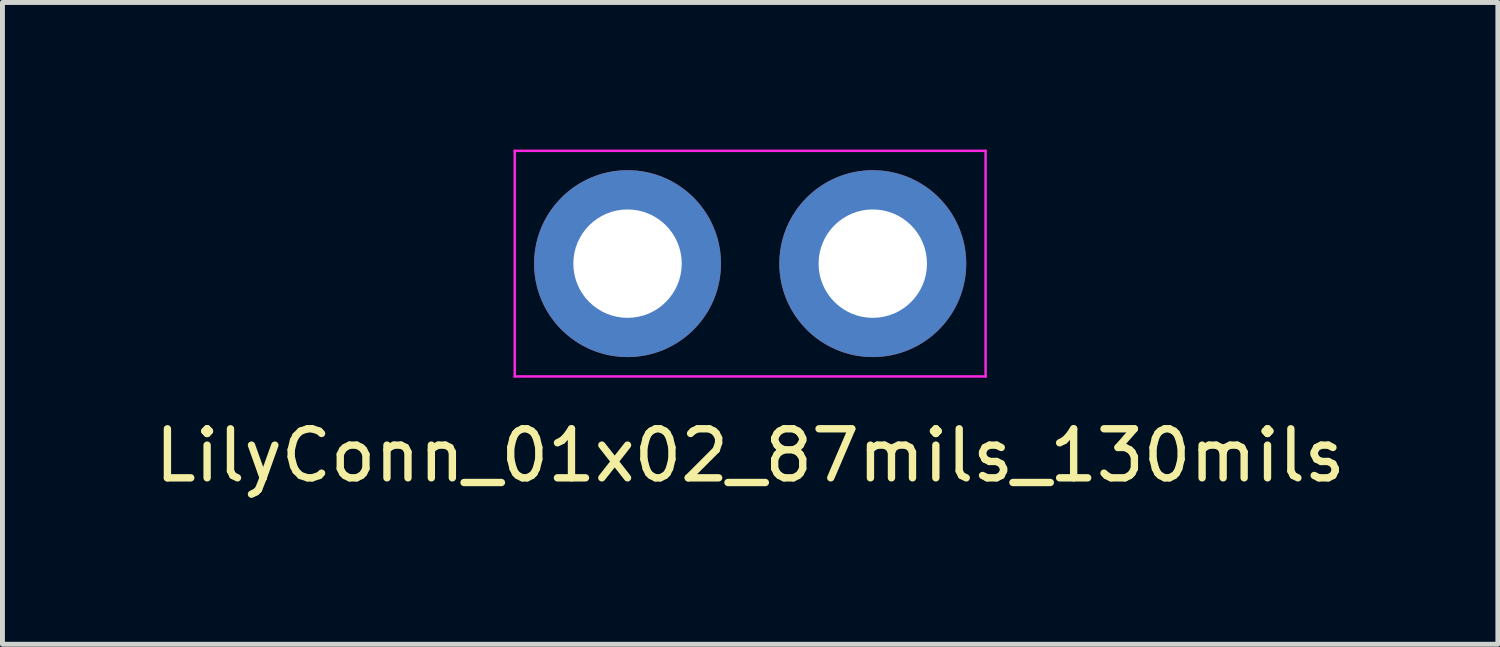
<source format=kicad_pcb>
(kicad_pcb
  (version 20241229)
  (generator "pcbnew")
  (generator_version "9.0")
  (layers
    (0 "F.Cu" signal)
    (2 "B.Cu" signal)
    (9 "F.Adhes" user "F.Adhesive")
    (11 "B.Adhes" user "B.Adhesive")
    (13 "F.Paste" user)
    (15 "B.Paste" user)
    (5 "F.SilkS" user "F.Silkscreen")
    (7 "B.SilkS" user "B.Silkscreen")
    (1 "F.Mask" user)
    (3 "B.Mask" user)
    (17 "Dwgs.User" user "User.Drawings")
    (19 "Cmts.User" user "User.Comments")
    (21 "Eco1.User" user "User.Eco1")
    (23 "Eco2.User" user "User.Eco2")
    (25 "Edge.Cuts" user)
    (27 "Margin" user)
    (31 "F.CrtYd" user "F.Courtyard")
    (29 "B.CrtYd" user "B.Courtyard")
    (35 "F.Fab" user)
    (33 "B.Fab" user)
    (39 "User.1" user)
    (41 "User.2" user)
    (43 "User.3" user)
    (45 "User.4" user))
  (footprint "LilyConn_01x02_87mils_130mils"
    (layer "F.Cu")
    (at 12.244 2.325)
    (property "Reference" "LilyConn_01x02_87mils_130mils" (at 0 3.912 0) (layer "F.SilkS") (effects (font (size 1 1) (thickness 0.15))))
    (attr through_hole)
    (fp_line (start -4.8 -2.3) (end 4.8 -2.3) (stroke (width 0.05) (type solid)) (layer "F.CrtYd"))
    (fp_line (start -4.8 2.3) (end -4.8 -2.3) (stroke (width 0.05) (type solid)) (layer "F.CrtYd"))
    (fp_line (start 4.8 -2.3) (end 4.8 2.3) (stroke (width 0.05) (type solid)) (layer "F.CrtYd"))
    (fp_line (start 4.8 2.3) (end -4.8 2.3) (stroke (width 0.05) (type solid)) (layer "F.CrtYd"))
    (pad "1" thru_hole circle (at -2.5 0) (size 3.81 3.81) (drill 2.21) (layers "*.Cu" "*.Mask"))
    (pad "2" thru_hole circle (at 2.5 0) (size 3.81 3.81) (drill 2.21) (layers "*.Cu" "*.Mask")))
  (gr_rect
    (start -3 -3)
    (end 27.488 10.085)
    (stroke (width 0.1) (type default))
    (fill no)
    (layer "Edge.Cuts")))
</source>
